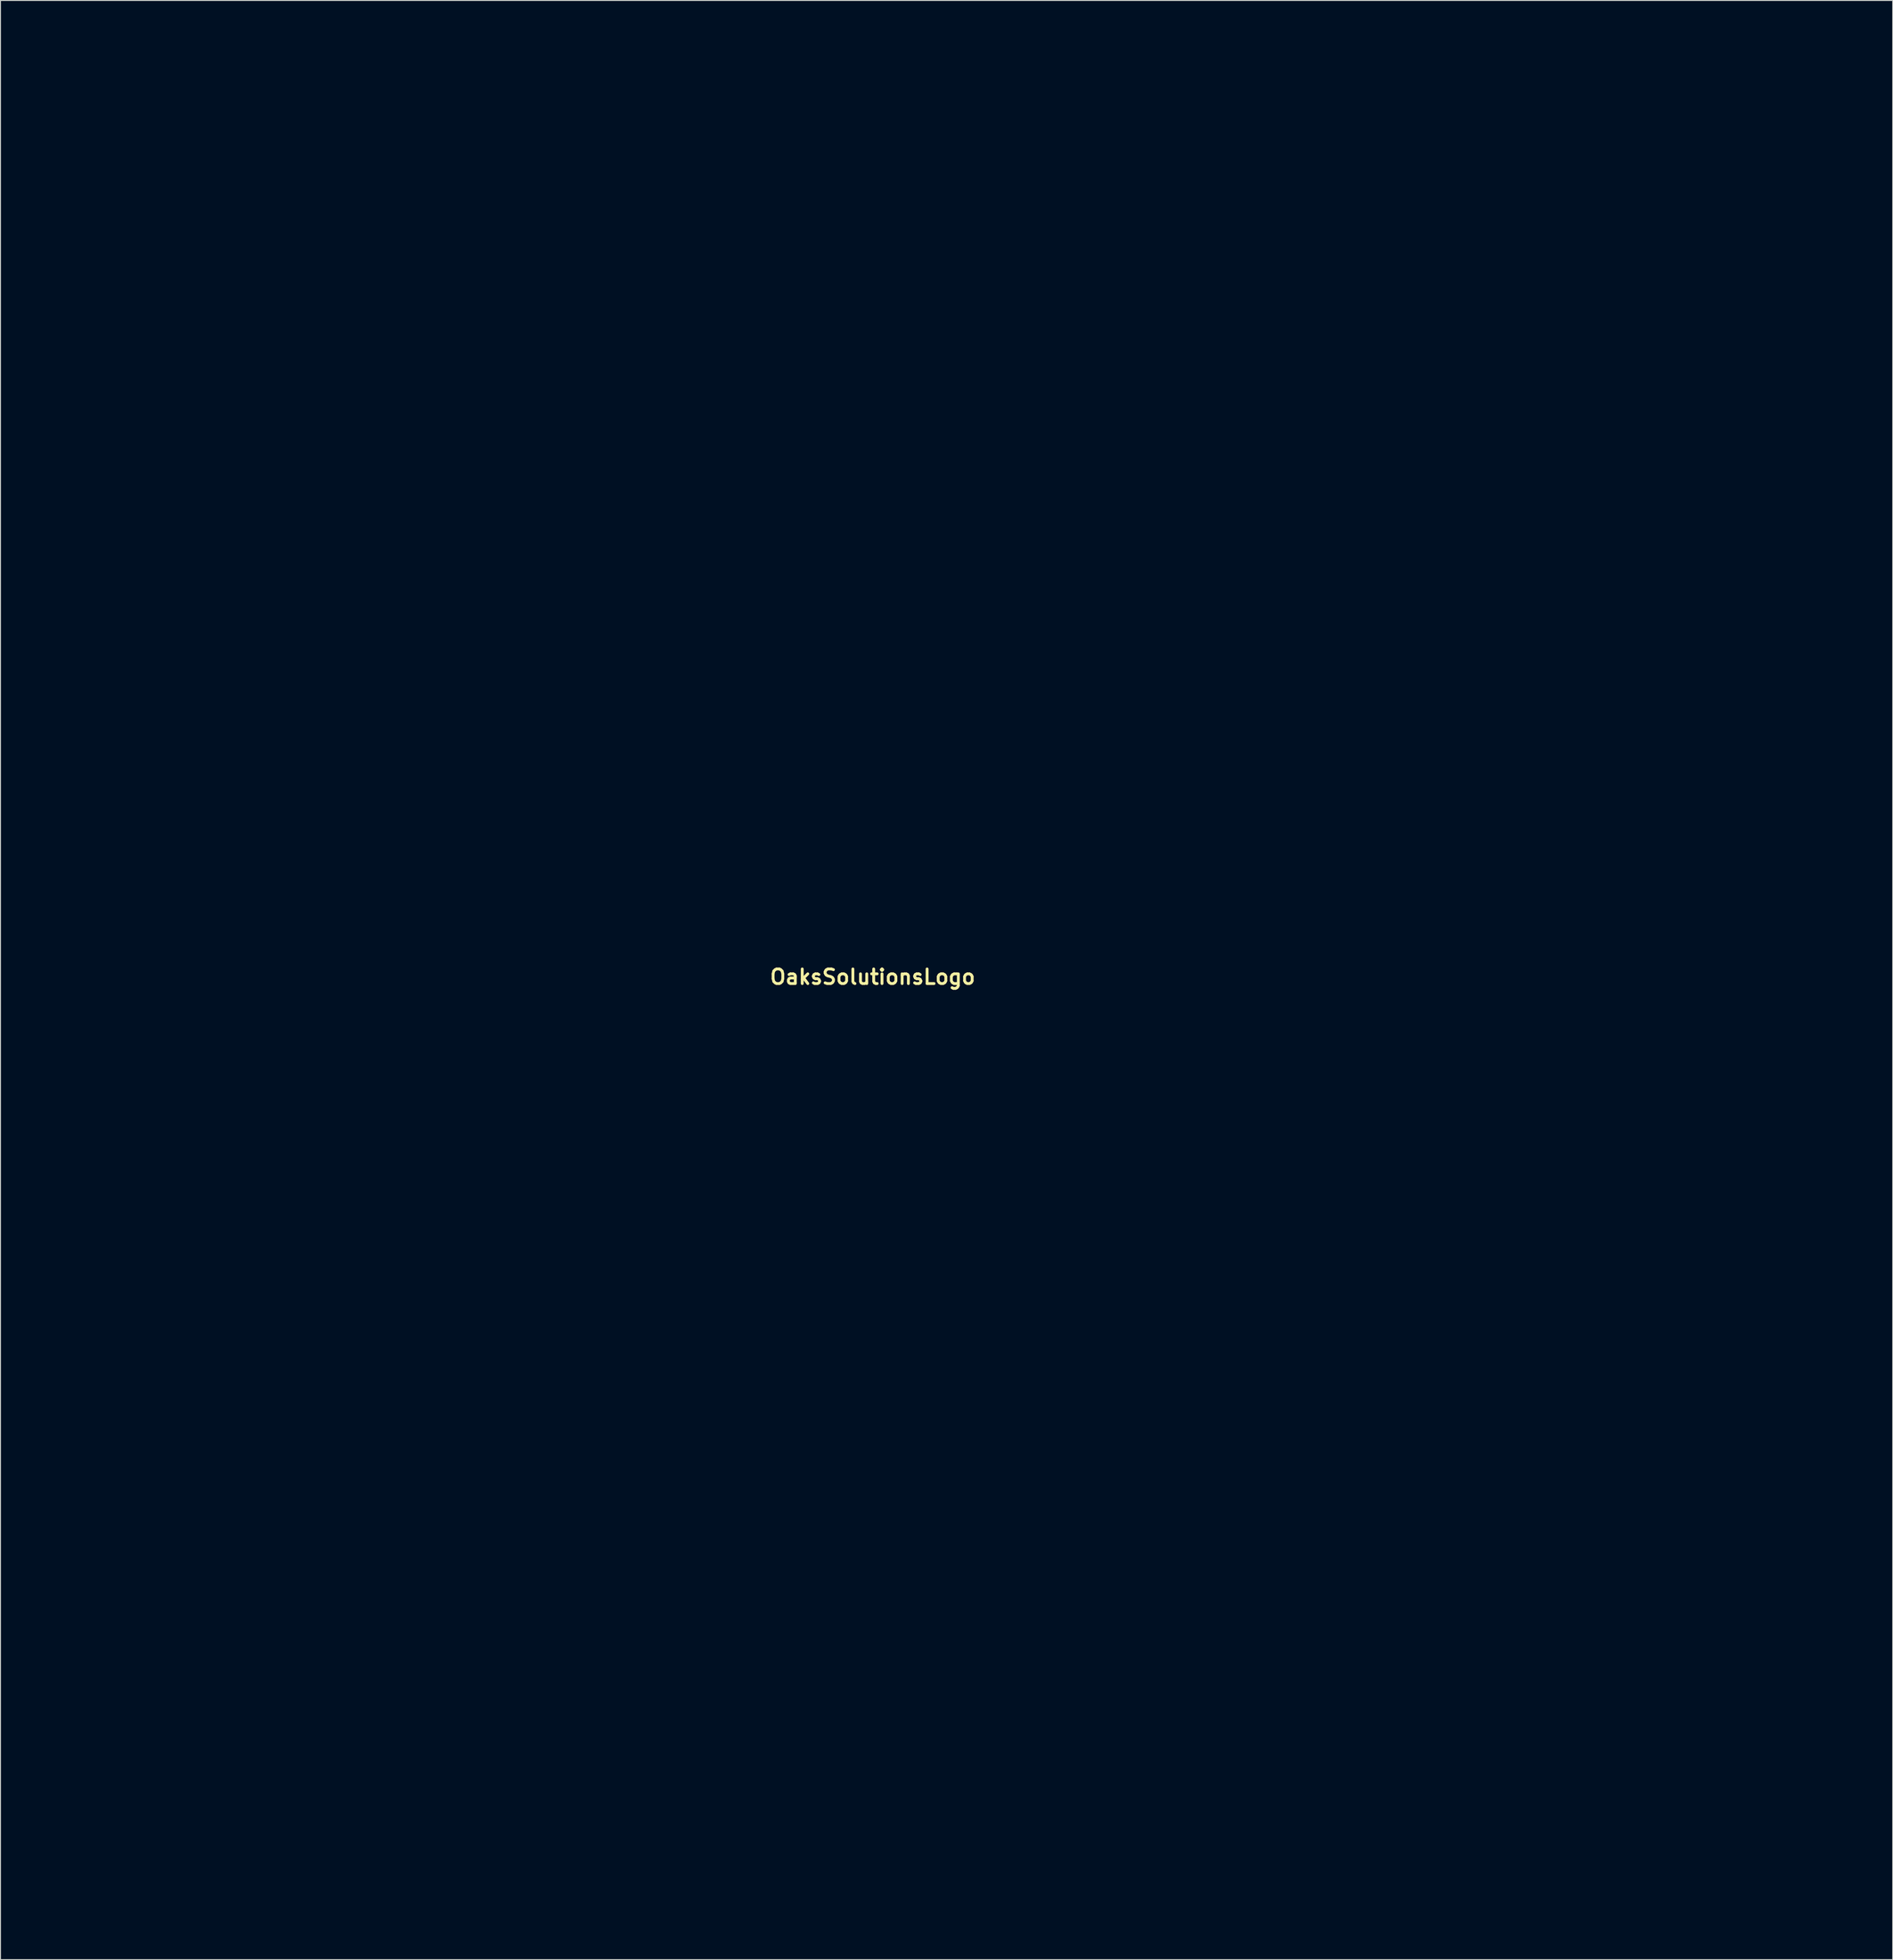
<source format=kicad_pcb>
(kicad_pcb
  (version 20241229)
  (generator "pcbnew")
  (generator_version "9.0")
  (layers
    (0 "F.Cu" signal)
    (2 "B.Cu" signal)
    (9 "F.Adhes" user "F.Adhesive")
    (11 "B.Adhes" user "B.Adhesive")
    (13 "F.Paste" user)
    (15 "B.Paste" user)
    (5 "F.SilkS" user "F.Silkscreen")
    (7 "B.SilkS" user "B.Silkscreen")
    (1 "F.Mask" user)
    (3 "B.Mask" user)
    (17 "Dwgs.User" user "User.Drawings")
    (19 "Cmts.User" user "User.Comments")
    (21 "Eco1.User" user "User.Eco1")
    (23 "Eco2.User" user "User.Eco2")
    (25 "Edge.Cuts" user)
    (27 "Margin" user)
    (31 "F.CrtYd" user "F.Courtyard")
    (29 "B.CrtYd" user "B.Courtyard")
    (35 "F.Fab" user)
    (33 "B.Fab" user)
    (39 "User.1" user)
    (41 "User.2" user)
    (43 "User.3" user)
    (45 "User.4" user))
  (footprint "OaksSolutionsLogo"
    (layer "F.Cu")
    (at 88.245 99.111)
    (property "Reference" "OaksSolutionsLogo" (at 0 0 0) (layer "F.SilkS") (effects (font (size 1.524 1.524) (thickness 0.3))))
    (attr through_hole)
    (fp_poly (pts (xy 3.257 -98.67) (xy 5.627 -97.658) (xy 7.773 -96.059) (xy 8.506 -95.298) (xy 9.838 -93.306) (xy 10.585 -91.457) (xy 10.736 -90.938) (xy 10.864 -90.399) (xy 10.971 -89.78) (xy 11.058 -89.019) (xy 11.128 -88.055) (xy 11.182 -86.827) (xy 11.222 -85.276) (xy 11.251 -83.338) (xy 11.27 -80.954) (xy 11.282 -78.062) (xy 11.287 -74.602) (xy 11.289 -70.513) (xy 11.289 -69.395) (xy 11.287 -64.895) (xy 11.28 -61.041) (xy 11.261 -57.776) (xy 11.226 -55.04) (xy 11.17 -52.774) (xy 11.089 -50.92) (xy 10.977 -49.419) (xy 10.83 -48.213) (xy 10.643 -47.242) (xy 10.411 -46.447) (xy 10.129 -45.771) (xy 9.793 -45.153) (xy 9.397 -44.537) (xy 9.226 -44.284) (xy 7.478 -42.321) (xy 5.314 -40.849) (xy 2.859 -39.909) (xy 0.239 -39.541) (xy -2.419 -39.786) (xy -3.707 -40.145) (xy -5.985 -41.267) (xy -7.972 -42.896) (xy -9.534 -44.893) (xy -10.54 -47.121) (xy -10.598 -47.328) (xy -10.679 -48.002) (xy -10.747 -49.359) (xy -10.8 -51.379) (xy -10.84 -54.04) (xy -10.866 -57.321) (xy -10.877 -61.199) (xy -10.874 -65.655) (xy -10.858 -70.103) (xy -10.76 -91.546) (xy -9.938 -93.085) (xy -8.371 -95.342) (xy -6.414 -97.085) (xy -4.171 -98.302) (xy -1.744 -98.979) (xy 0.766 -99.106) (xy 3.257 -98.67)) (stroke (width 0.01) (type solid)) (fill no) (layer "Eco2.User"))
    (fp_poly (pts (xy 43.951 -60.128) (xy 46.945 -59.393) (xy 50.006 -58.027) (xy 53.182 -56.01) (xy 55.232 -54.421) (xy 56.991 -52.826) (xy 58.943 -50.816) (xy 60.921 -48.583) (xy 62.756 -46.318) (xy 64.282 -44.214) (xy 64.559 -43.791) (xy 65.305 -42.656) (xy 65.909 -41.79) (xy 66.272 -41.334) (xy 66.322 -41.297) (xy 66.399 -41.615) (xy 66.459 -42.485) (xy 66.494 -43.751) (xy 66.499 -44.54) (xy 66.532 -46.257) (xy 66.656 -47.501) (xy 66.908 -48.501) (xy 67.329 -49.487) (xy 67.336 -49.5) (xy 68.517 -51.262) (xy 70.044 -52.411) (xy 71.95 -52.97) (xy 73.007 -53.034) (xy 75.471 -52.693) (xy 77.78 -51.686) (xy 79.916 -50.043) (xy 81.858 -47.791) (xy 83.588 -44.957) (xy 85.088 -41.57) (xy 86.337 -37.657) (xy 87.317 -33.246) (xy 87.54 -31.926) (xy 87.779 -29.845) (xy 87.922 -27.334) (xy 87.975 -24.529) (xy 87.943 -21.566) (xy 87.833 -18.58) (xy 87.65 -15.705) (xy 87.399 -13.077) (xy 87.087 -10.831) (xy 86.718 -9.102) (xy 86.565 -8.609) (xy 86.418 -8.081) (xy 86.516 -8.077) (xy 86.792 -8.487) (xy 87.177 -9.203) (xy 87.604 -10.116) (xy 87.795 -10.571) (xy 89.046 -13.229) (xy 90.407 -15.223) (xy 91.913 -16.589) (xy 93.602 -17.366) (xy 94.755 -17.568) (xy 97.101 -17.479) (xy 99.088 -16.792) (xy 100.718 -15.503) (xy 101.994 -13.611) (xy 102.917 -11.113) (xy 103.488 -8.006) (xy 103.708 -4.289) (xy 103.711 -3.81) (xy 103.424 2.099) (xy 102.569 8.289) (xy 101.183 14.671) (xy 99.3 21.155) (xy 96.954 27.654) (xy 94.18 34.08) (xy 91.013 40.342) (xy 87.488 46.353) (xy 83.64 52.025) (xy 79.976 56.709) (xy 78.972 57.893) (xy 78.144 58.845) (xy 77.59 59.454) (xy 77.409 59.619) (xy 77.461 59.33) (xy 77.731 58.592) (xy 77.953 58.057) (xy 78.804 55.828) (xy 79.664 53.142) (xy 80.458 50.245) (xy 81.117 47.381) (xy 81.124 47.343) (xy 81.446 45.526) (xy 81.777 43.234) (xy 82.099 40.652) (xy 82.391 37.965) (xy 82.635 35.36) (xy 82.81 33.021) (xy 82.897 31.133) (xy 82.903 30.651) (xy 82.934 29.6) (xy 83.088 28.787) (xy 83.452 27.993) (xy 84.116 27) (xy 84.7 26.21) (xy 86.595 23.328) (xy 88.415 19.872) (xy 90.104 15.975) (xy 91.606 11.77) (xy 92.866 7.387) (xy 93.148 6.234) (xy 93.512 4.477) (xy 93.616 3.285) (xy 93.439 2.561) (xy 92.959 2.204) (xy 92.236 2.117) (xy 91.863 2.155) (xy 91.56 2.337) (xy 91.285 2.761) (xy 90.996 3.526) (xy 90.652 4.73) (xy 90.212 6.474) (xy 89.94 7.585) (xy 89.269 10.048) (xy 88.438 12.63) (xy 87.499 15.205) (xy 86.504 17.647) (xy 85.505 19.831) (xy 84.555 21.632) (xy 83.706 22.924) (xy 83.407 23.271) (xy 83.11 23.489) (xy 82.958 23.279) (xy 82.906 22.527) (xy 82.903 22.027) (xy 82.737 18.755) (xy 82.26 15.005) (xy 81.504 10.916) (xy 80.5 6.626) (xy 79.281 2.274) (xy 77.877 -2.002) (xy 76.682 -5.176) (xy 75.1 -9.131) (xy 75.68 -10.827) (xy 76.795 -14.878) (xy 77.537 -19.313) (xy 77.882 -23.906) (xy 77.808 -28.429) (xy 77.637 -30.339) (xy 77.396 -32.365) (xy 77.193 -33.805) (xy 76.997 -34.774) (xy 76.776 -35.389) (xy 76.499 -35.765) (xy 76.134 -36.018) (xy 76.095 -36.04) (xy 75.46 -36.227) (xy 74.931 -35.883) (xy 74.767 -35.691) (xy 74.418 -35.113) (xy 74.343 -34.42) (xy 74.515 -33.343) (xy 74.532 -33.263) (xy 74.653 -32.353) (xy 74.761 -30.892) (xy 74.849 -29.034) (xy 74.908 -26.934) (xy 74.93 -25.224) (xy 74.927 -22.631) (xy 74.879 -20.591) (xy 74.775 -18.954) (xy 74.606 -17.569) (xy 74.361 -16.283) (xy 74.309 -16.051) (xy 73.984 -14.709) (xy 73.703 -13.635) (xy 73.512 -13.014) (xy 73.481 -12.944) (xy 73.257 -13.121) (xy 72.77 -13.81) (xy 72.09 -14.905) (xy 71.29 -16.295) (xy 71.255 -16.357) (xy 67.936 -21.881) (xy 64.17 -27.293) (xy 59.873 -32.709) (xy 56.552 -36.513) (xy 54.972 -38.215) (xy 53.356 -39.876) (xy 51.789 -41.418) (xy 50.355 -42.761) (xy 49.141 -43.826) (xy 48.229 -44.532) (xy 47.705 -44.802) (xy 47.691 -44.803) (xy 47.147 -44.557) (xy 46.555 -44.015) (xy 46.223 -43.47) (xy 46.214 -43.398) (xy 46.452 -43.067) (xy 47.114 -42.321) (xy 48.126 -41.241) (xy 49.41 -39.907) (xy 50.89 -38.402) (xy 51.071 -38.219) (xy 56.997 -31.824) (xy 62.278 -25.203) (xy 66.906 -18.37) (xy 70.871 -11.339) (xy 74.164 -4.125) (xy 76.042 0.962) (xy 76.535 2.446) (xy 76.932 3.661) (xy 77.187 4.465) (xy 77.258 4.718) (xy 77.026 4.539) (xy 76.397 3.961) (xy 75.476 3.08) (xy 74.672 2.295) (xy 71.788 -0.359) (xy 68.576 -2.998) (xy 65.173 -5.527) (xy 61.716 -7.853) (xy 58.342 -9.882) (xy 55.188 -11.519) (xy 53.317 -12.331) (xy 51.75 -12.809) (xy 50.671 -12.81) (xy 50.044 -12.333) (xy 49.962 -12.157) (xy 49.861 -11.662) (xy 50.03 -11.209) (xy 50.554 -10.728) (xy 51.521 -10.15) (xy 53.016 -9.406) (xy 53.879 -9) (xy 57.964 -6.879) (xy 62.082 -4.331) (xy 66.102 -1.459) (xy 69.889 1.633) (xy 73.314 4.84) (xy 76.243 8.058) (xy 77.437 9.579) (xy 78.048 10.473) (xy 78.537 11.392) (xy 78.928 12.442) (xy 79.247 13.728) (xy 79.516 15.358) (xy 79.76 17.437) (xy 80.002 20.07) (xy 80.108 21.343) (xy 80.215 23.116) (xy 80.273 25.074) (xy 80.285 27.094) (xy 80.255 29.055) (xy 80.187 30.833) (xy 80.084 32.306) (xy 79.95 33.35) (xy 79.788 33.844) (xy 79.742 33.867) (xy 79.426 33.583) (xy 79.09 32.992) (xy 78.532 32.131) (xy 77.545 30.951) (xy 76.251 29.575) (xy 74.773 28.124) (xy 73.233 26.719) (xy 71.755 25.482) (xy 70.704 24.698) (xy 69.197 23.722) (xy 67.435 22.682) (xy 65.583 21.665) (xy 63.803 20.758) (xy 62.262 20.047) (xy 61.123 19.618) (xy 60.989 19.581) (xy 59.98 19.605) (xy 59.494 19.932) (xy 59.062 20.449) (xy 58.953 20.904) (xy 59.233 21.366) (xy 59.969 21.903) (xy 61.228 22.582) (xy 62.877 23.378) (xy 66.711 25.437) (xy 70.211 27.818) (xy 73.287 30.444) (xy 75.85 33.235) (xy 77.811 36.116) (xy 78.059 36.573) (xy 79.384 39.102) (xy 78.839 42.746) (xy 78.349 45.68) (xy 77.754 48.705) (xy 77.097 51.634) (xy 76.419 54.283) (xy 75.763 56.466) (xy 75.592 56.96) (xy 73.625 61.578) (xy 71.097 66.009) (xy 67.974 70.299) (xy 64.222 74.493) (xy 59.807 78.637) (xy 58.6 79.666) (xy 52.689 84.211) (xy 46.502 88.159) (xy 39.997 91.528) (xy 33.135 94.336) (xy 25.874 96.602) (xy 18.174 98.342) (xy 14.464 98.973) (xy 13.186 99.119) (xy 11.374 99.259) (xy 9.152 99.388) (xy 6.646 99.503) (xy 3.981 99.6) (xy 1.281 99.677) (xy -1.328 99.728) (xy -3.721 99.752) (xy -5.773 99.743) (xy -7.359 99.699) (xy -8.29 99.625) (xy -9.068 99.518) (xy -10.352 99.341) (xy -11.948 99.122) (xy -13.301 98.936) (xy -20.856 97.547) (xy -28.256 95.483) (xy -35.456 92.767) (xy -42.411 89.422) (xy -49.077 85.47) (xy -55.406 80.934) (xy -61.356 75.836) (xy -63.353 73.91) (xy -68.696 68.128) (xy -73.409 62.04) (xy -77.485 55.661) (xy -80.918 49.008) (xy -83.701 42.095) (xy -85.828 34.938) (xy -87.292 27.554) (xy -88.086 19.958) (xy -88.24 14.64) (xy -87.891 6.924) (xy -86.861 -0.611) (xy -85.154 -7.953) (xy -82.773 -15.089) (xy -79.722 -22.009) (xy -76.005 -28.7) (xy -74.41 -31.192) (xy -70.354 -36.834) (xy -65.978 -41.987) (xy -61.153 -46.792) (xy -56.087 -51.12) (xy -53.417 -53.192) (xy -51.159 -54.8) (xy -49.228 -55.98) (xy -47.541 -56.773) (xy -46.014 -57.214) (xy -44.564 -57.343) (xy -43.107 -57.197) (xy -42.834 -57.144) (xy -40.591 -56.357) (xy -38.746 -55.079) (xy -37.326 -53.417) (xy -36.361 -51.48) (xy -35.879 -49.374) (xy -35.91 -47.209) (xy -36.481 -45.092) (xy -37.622 -43.13) (xy -38.78 -41.903) (xy -39.636 -41.196) (xy -40.872 -40.231) (xy -42.293 -39.157) (xy -43.182 -38.504) (xy -48.375 -34.297) (xy -53.102 -29.588) (xy -57.332 -24.432) (xy -61.034 -18.882) (xy -64.175 -12.992) (xy -66.726 -6.817) (xy -68.655 -0.411) (xy -69.93 6.173) (xy -70.182 8.188) (xy -70.54 14.661) (xy -70.218 21.087) (xy -69.241 27.422) (xy -67.633 33.623) (xy -65.42 39.645) (xy -62.628 45.444) (xy -59.28 50.976) (xy -55.402 56.197) (xy -51.02 61.062) (xy -46.158 65.527) (xy -40.841 69.548) (xy -35.095 73.082) (xy -32.54 74.419) (xy -26.039 77.263) (xy -19.297 79.458) (xy -12.357 81) (xy -5.263 81.885) (xy 1.943 82.112) (xy 9.218 81.675) (xy 16.518 80.571) (xy 23.594 78.858) (xy 28.842 77.068) (xy 34.07 74.751) (xy 39.18 71.977) (xy 44.076 68.813) (xy 48.66 65.327) (xy 52.836 61.588) (xy 56.506 57.665) (xy 59.573 53.625) (xy 59.693 53.446) (xy 61.314 50.806) (xy 62.447 48.469) (xy 63.146 46.286) (xy 63.465 44.11) (xy 63.5 43.038) (xy 63.346 41.064) (xy 62.846 39.298) (xy 61.945 37.678) (xy 60.585 36.142) (xy 58.711 34.624) (xy 56.267 33.063) (xy 53.196 31.396) (xy 53.105 31.349) (xy 50.131 29.795) (xy 47.711 28.442) (xy 45.744 27.224) (xy 44.132 26.077) (xy 42.774 24.935) (xy 41.697 23.868) (xy 39.823 21.456) (xy 38.539 18.882) (xy 37.876 16.238) (xy 37.86 13.612) (xy 38.073 12.456) (xy 38.955 10.139) (xy 40.346 8.288) (xy 42.271 6.881) (xy 44.753 5.898) (xy 45.053 5.816) (xy 46.656 5.474) (xy 48.227 5.321) (xy 49.916 5.369) (xy 51.873 5.626) (xy 54.247 6.104) (xy 56.092 6.538) (xy 56.073 6.453) (xy 55.504 6.091) (xy 54.465 5.495) (xy 53.032 4.71) (xy 51.284 3.781) (xy 50.976 3.62) (xy 46.975 1.462) (xy 43.579 -0.522) (xy 40.722 -2.379) (xy 38.341 -4.155) (xy 36.369 -5.897) (xy 34.743 -7.652) (xy 34.115 -8.446) (xy 32.571 -10.952) (xy 31.577 -13.56) (xy 31.121 -16.18) (xy 31.189 -18.721) (xy 31.768 -21.095) (xy 32.845 -23.212) (xy 34.407 -24.983) (xy 36.441 -26.318) (xy 36.764 -26.465) (xy 39.024 -27.151) (xy 41.622 -27.456) (xy 44.288 -27.364) (xy 46.187 -27.022) (xy 47.6 -26.698) (xy 48.395 -26.606) (xy 48.555 -26.741) (xy 48.066 -27.102) (xy 47.685 -27.309) (xy 46.316 -28.168) (xy 44.615 -29.475) (xy 42.693 -31.13) (xy 40.664 -33.035) (xy 38.64 -35.09) (xy 37.779 -36.017) (xy 35.517 -38.642) (xy 33.789 -40.994) (xy 32.539 -43.182) (xy 31.71 -45.319) (xy 31.245 -47.513) (xy 31.11 -49.024) (xy 31.06 -50.634) (xy 31.114 -51.786) (xy 31.308 -52.725) (xy 31.678 -53.695) (xy 31.828 -54.029) (xy 33.208 -56.421) (xy 34.895 -58.199) (xy 36.953 -59.407) (xy 39.448 -60.087) (xy 40.98 -60.25) (xy 43.951 -60.128)) (stroke (width 0.01) (type solid)) (fill no) (layer "Eco2.User")))
  (gr_rect
    (start -3 -3)
    (end 194.962 201.868)
    (stroke (width 0.1) (type default))
    (fill no)
    (layer "Edge.Cuts")))
</source>
